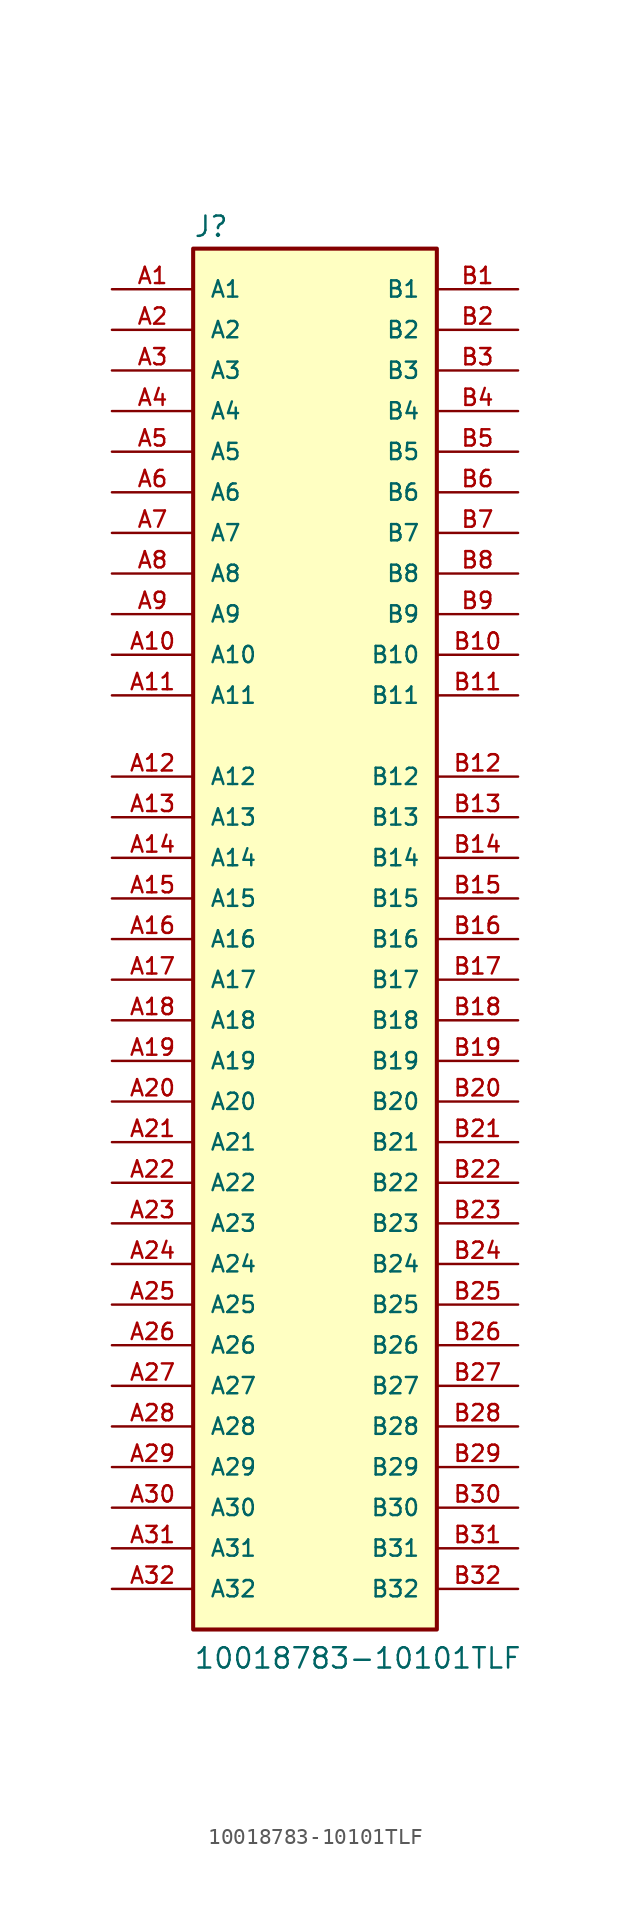
<source format=kicad_sym>
(kicad_symbol_lib
  (version 20220914)
  (generator kicad_symbol_editor)
  (symbol "10018783-10101TLF"
    (pin_names
      (offset 1.016))
    (property "Reference" "J"
      (at -7.62 43.815 0)
      (effects (font (size 1.27 1.27)) (justify left bottom)))
    (property "Value" "10018783-10101TLF"
      (at -7.62 -45.72 0)
      (effects (font (size 1.27 1.27)) (justify left bottom)))
    (symbol "10018783-10101TLF_0_0"
      (rectangle (start -7.62 -43.18) (end 7.62 43.18) (stroke (width 0.254) (type default)) (fill (type background)))
      (pin passive line (at -12.7 40.64 0) (length 5.08) (name "A1" (effects (font (size 1.016 1.016)))) (number "A1" (effects (font (size 1.016 1.016)))))
      (pin passive line (at -12.7 17.78 0) (length 5.08) (name "A10" (effects (font (size 1.016 1.016)))) (number "A10" (effects (font (size 1.016 1.016)))))
      (pin passive line (at -12.7 15.24 0) (length 5.08) (name "A11" (effects (font (size 1.016 1.016)))) (number "A11" (effects (font (size 1.016 1.016)))))
      (pin passive line (at -12.7 10.16 0) (length 5.08) (name "A12" (effects (font (size 1.016 1.016)))) (number "A12" (effects (font (size 1.016 1.016)))))
      (pin passive line (at -12.7 7.62 0) (length 5.08) (name "A13" (effects (font (size 1.016 1.016)))) (number "A13" (effects (font (size 1.016 1.016)))))
      (pin passive line (at -12.7 5.08 0) (length 5.08) (name "A14" (effects (font (size 1.016 1.016)))) (number "A14" (effects (font (size 1.016 1.016)))))
      (pin passive line (at -12.7 2.54 0) (length 5.08) (name "A15" (effects (font (size 1.016 1.016)))) (number "A15" (effects (font (size 1.016 1.016)))))
      (pin passive line (at -12.7 0 0) (length 5.08) (name "A16" (effects (font (size 1.016 1.016)))) (number "A16" (effects (font (size 1.016 1.016)))))
      (pin passive line (at -12.7 -2.54 0) (length 5.08) (name "A17" (effects (font (size 1.016 1.016)))) (number "A17" (effects (font (size 1.016 1.016)))))
      (pin passive line (at -12.7 -5.08 0) (length 5.08) (name "A18" (effects (font (size 1.016 1.016)))) (number "A18" (effects (font (size 1.016 1.016)))))
      (pin passive line (at -12.7 -7.62 0) (length 5.08) (name "A19" (effects (font (size 1.016 1.016)))) (number "A19" (effects (font (size 1.016 1.016)))))
      (pin passive line (at -12.7 38.1 0) (length 5.08) (name "A2" (effects (font (size 1.016 1.016)))) (number "A2" (effects (font (size 1.016 1.016)))))
      (pin passive line (at -12.7 -10.16 0) (length 5.08) (name "A20" (effects (font (size 1.016 1.016)))) (number "A20" (effects (font (size 1.016 1.016)))))
      (pin passive line (at -12.7 -12.7 0) (length 5.08) (name "A21" (effects (font (size 1.016 1.016)))) (number "A21" (effects (font (size 1.016 1.016)))))
      (pin passive line (at -12.7 -15.24 0) (length 5.08) (name "A22" (effects (font (size 1.016 1.016)))) (number "A22" (effects (font (size 1.016 1.016)))))
      (pin passive line (at -12.7 -17.78 0) (length 5.08) (name "A23" (effects (font (size 1.016 1.016)))) (number "A23" (effects (font (size 1.016 1.016)))))
      (pin passive line (at -12.7 -20.32 0) (length 5.08) (name "A24" (effects (font (size 1.016 1.016)))) (number "A24" (effects (font (size 1.016 1.016)))))
      (pin passive line (at -12.7 -22.86 0) (length 5.08) (name "A25" (effects (font (size 1.016 1.016)))) (number "A25" (effects (font (size 1.016 1.016)))))
      (pin passive line (at -12.7 -25.4 0) (length 5.08) (name "A26" (effects (font (size 1.016 1.016)))) (number "A26" (effects (font (size 1.016 1.016)))))
      (pin passive line (at -12.7 -27.94 0) (length 5.08) (name "A27" (effects (font (size 1.016 1.016)))) (number "A27" (effects (font (size 1.016 1.016)))))
      (pin passive line (at -12.7 -30.48 0) (length 5.08) (name "A28" (effects (font (size 1.016 1.016)))) (number "A28" (effects (font (size 1.016 1.016)))))
      (pin passive line (at -12.7 -33.02 0) (length 5.08) (name "A29" (effects (font (size 1.016 1.016)))) (number "A29" (effects (font (size 1.016 1.016)))))
      (pin passive line (at -12.7 35.56 0) (length 5.08) (name "A3" (effects (font (size 1.016 1.016)))) (number "A3" (effects (font (size 1.016 1.016)))))
      (pin passive line (at -12.7 -35.56 0) (length 5.08) (name "A30" (effects (font (size 1.016 1.016)))) (number "A30" (effects (font (size 1.016 1.016)))))
      (pin passive line (at -12.7 -38.1 0) (length 5.08) (name "A31" (effects (font (size 1.016 1.016)))) (number "A31" (effects (font (size 1.016 1.016)))))
      (pin passive line (at -12.7 -40.64 0) (length 5.08) (name "A32" (effects (font (size 1.016 1.016)))) (number "A32" (effects (font (size 1.016 1.016)))))
      (pin passive line (at -12.7 33.02 0) (length 5.08) (name "A4" (effects (font (size 1.016 1.016)))) (number "A4" (effects (font (size 1.016 1.016)))))
      (pin passive line (at -12.7 30.48 0) (length 5.08) (name "A5" (effects (font (size 1.016 1.016)))) (number "A5" (effects (font (size 1.016 1.016)))))
      (pin passive line (at -12.7 27.94 0) (length 5.08) (name "A6" (effects (font (size 1.016 1.016)))) (number "A6" (effects (font (size 1.016 1.016)))))
      (pin passive line (at -12.7 25.4 0) (length 5.08) (name "A7" (effects (font (size 1.016 1.016)))) (number "A7" (effects (font (size 1.016 1.016)))))
      (pin passive line (at -12.7 22.86 0) (length 5.08) (name "A8" (effects (font (size 1.016 1.016)))) (number "A8" (effects (font (size 1.016 1.016)))))
      (pin passive line (at -12.7 20.32 0) (length 5.08) (name "A9" (effects (font (size 1.016 1.016)))) (number "A9" (effects (font (size 1.016 1.016)))))
      (pin passive line (at 12.7 40.64 180) (length 5.08) (name "B1" (effects (font (size 1.016 1.016)))) (number "B1" (effects (font (size 1.016 1.016)))))
      (pin passive line (at 12.7 17.78 180) (length 5.08) (name "B10" (effects (font (size 1.016 1.016)))) (number "B10" (effects (font (size 1.016 1.016)))))
      (pin passive line (at 12.7 15.24 180) (length 5.08) (name "B11" (effects (font (size 1.016 1.016)))) (number "B11" (effects (font (size 1.016 1.016)))))
      (pin passive line (at 12.7 10.16 180) (length 5.08) (name "B12" (effects (font (size 1.016 1.016)))) (number "B12" (effects (font (size 1.016 1.016)))))
      (pin passive line (at 12.7 7.62 180) (length 5.08) (name "B13" (effects (font (size 1.016 1.016)))) (number "B13" (effects (font (size 1.016 1.016)))))
      (pin passive line (at 12.7 5.08 180) (length 5.08) (name "B14" (effects (font (size 1.016 1.016)))) (number "B14" (effects (font (size 1.016 1.016)))))
      (pin passive line (at 12.7 2.54 180) (length 5.08) (name "B15" (effects (font (size 1.016 1.016)))) (number "B15" (effects (font (size 1.016 1.016)))))
      (pin passive line (at 12.7 0 180) (length 5.08) (name "B16" (effects (font (size 1.016 1.016)))) (number "B16" (effects (font (size 1.016 1.016)))))
      (pin passive line (at 12.7 -2.54 180) (length 5.08) (name "B17" (effects (font (size 1.016 1.016)))) (number "B17" (effects (font (size 1.016 1.016)))))
      (pin passive line (at 12.7 -5.08 180) (length 5.08) (name "B18" (effects (font (size 1.016 1.016)))) (number "B18" (effects (font (size 1.016 1.016)))))
      (pin passive line (at 12.7 -7.62 180) (length 5.08) (name "B19" (effects (font (size 1.016 1.016)))) (number "B19" (effects (font (size 1.016 1.016)))))
      (pin passive line (at 12.7 38.1 180) (length 5.08) (name "B2" (effects (font (size 1.016 1.016)))) (number "B2" (effects (font (size 1.016 1.016)))))
      (pin passive line (at 12.7 -10.16 180) (length 5.08) (name "B20" (effects (font (size 1.016 1.016)))) (number "B20" (effects (font (size 1.016 1.016)))))
      (pin passive line (at 12.7 -12.7 180) (length 5.08) (name "B21" (effects (font (size 1.016 1.016)))) (number "B21" (effects (font (size 1.016 1.016)))))
      (pin passive line (at 12.7 -15.24 180) (length 5.08) (name "B22" (effects (font (size 1.016 1.016)))) (number "B22" (effects (font (size 1.016 1.016)))))
      (pin passive line (at 12.7 -17.78 180) (length 5.08) (name "B23" (effects (font (size 1.016 1.016)))) (number "B23" (effects (font (size 1.016 1.016)))))
      (pin passive line (at 12.7 -20.32 180) (length 5.08) (name "B24" (effects (font (size 1.016 1.016)))) (number "B24" (effects (font (size 1.016 1.016)))))
      (pin passive line (at 12.7 -22.86 180) (length 5.08) (name "B25" (effects (font (size 1.016 1.016)))) (number "B25" (effects (font (size 1.016 1.016)))))
      (pin passive line (at 12.7 -25.4 180) (length 5.08) (name "B26" (effects (font (size 1.016 1.016)))) (number "B26" (effects (font (size 1.016 1.016)))))
      (pin passive line (at 12.7 -27.94 180) (length 5.08) (name "B27" (effects (font (size 1.016 1.016)))) (number "B27" (effects (font (size 1.016 1.016)))))
      (pin passive line (at 12.7 -30.48 180) (length 5.08) (name "B28" (effects (font (size 1.016 1.016)))) (number "B28" (effects (font (size 1.016 1.016)))))
      (pin passive line (at 12.7 -33.02 180) (length 5.08) (name "B29" (effects (font (size 1.016 1.016)))) (number "B29" (effects (font (size 1.016 1.016)))))
      (pin passive line (at 12.7 35.56 180) (length 5.08) (name "B3" (effects (font (size 1.016 1.016)))) (number "B3" (effects (font (size 1.016 1.016)))))
      (pin passive line (at 12.7 -35.56 180) (length 5.08) (name "B30" (effects (font (size 1.016 1.016)))) (number "B30" (effects (font (size 1.016 1.016)))))
      (pin passive line (at 12.7 -38.1 180) (length 5.08) (name "B31" (effects (font (size 1.016 1.016)))) (number "B31" (effects (font (size 1.016 1.016)))))
      (pin passive line (at 12.7 -40.64 180) (length 5.08) (name "B32" (effects (font (size 1.016 1.016)))) (number "B32" (effects (font (size 1.016 1.016)))))
      (pin passive line (at 12.7 33.02 180) (length 5.08) (name "B4" (effects (font (size 1.016 1.016)))) (number "B4" (effects (font (size 1.016 1.016)))))
      (pin passive line (at 12.7 30.48 180) (length 5.08) (name "B5" (effects (font (size 1.016 1.016)))) (number "B5" (effects (font (size 1.016 1.016)))))
      (pin passive line (at 12.7 27.94 180) (length 5.08) (name "B6" (effects (font (size 1.016 1.016)))) (number "B6" (effects (font (size 1.016 1.016)))))
      (pin passive line (at 12.7 25.4 180) (length 5.08) (name "B7" (effects (font (size 1.016 1.016)))) (number "B7" (effects (font (size 1.016 1.016)))))
      (pin passive line (at 12.7 22.86 180) (length 5.08) (name "B8" (effects (font (size 1.016 1.016)))) (number "B8" (effects (font (size 1.016 1.016)))))
      (pin passive line (at 12.7 20.32 180) (length 5.08) (name "B9" (effects (font (size 1.016 1.016)))) (number "B9" (effects (font (size 1.016 1.016))))))))
</source>
